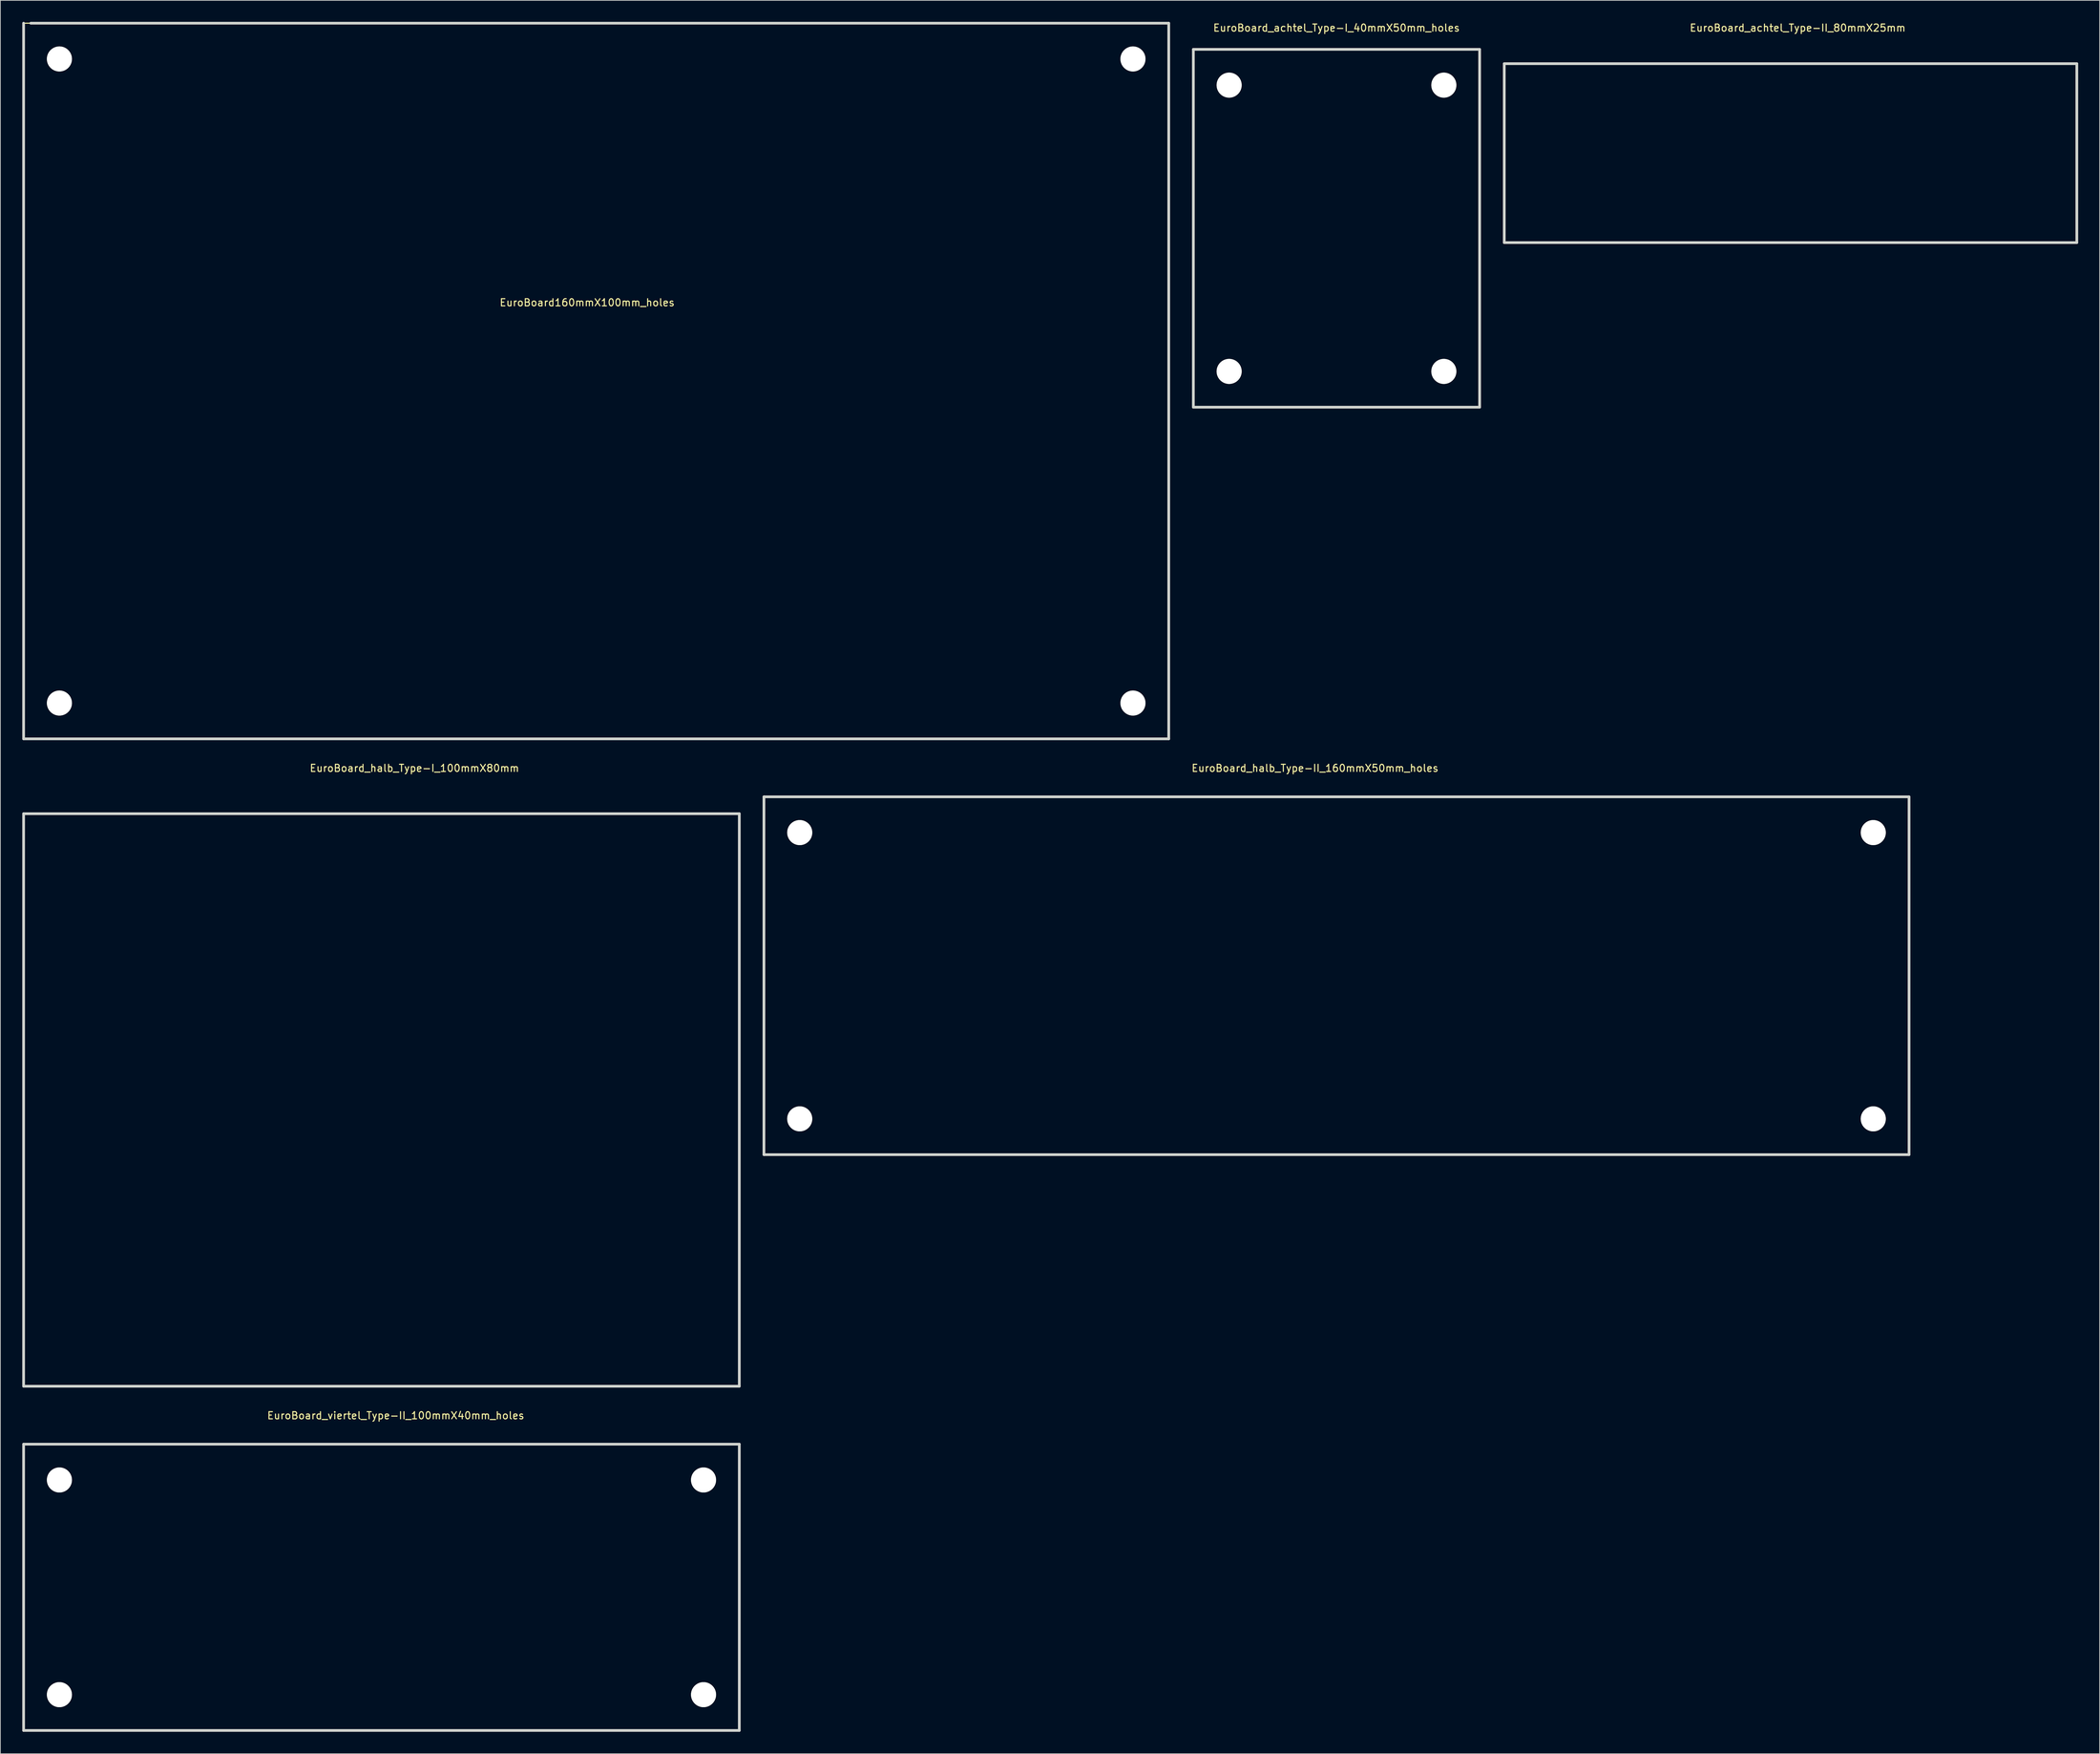
<source format=kicad_pcb>
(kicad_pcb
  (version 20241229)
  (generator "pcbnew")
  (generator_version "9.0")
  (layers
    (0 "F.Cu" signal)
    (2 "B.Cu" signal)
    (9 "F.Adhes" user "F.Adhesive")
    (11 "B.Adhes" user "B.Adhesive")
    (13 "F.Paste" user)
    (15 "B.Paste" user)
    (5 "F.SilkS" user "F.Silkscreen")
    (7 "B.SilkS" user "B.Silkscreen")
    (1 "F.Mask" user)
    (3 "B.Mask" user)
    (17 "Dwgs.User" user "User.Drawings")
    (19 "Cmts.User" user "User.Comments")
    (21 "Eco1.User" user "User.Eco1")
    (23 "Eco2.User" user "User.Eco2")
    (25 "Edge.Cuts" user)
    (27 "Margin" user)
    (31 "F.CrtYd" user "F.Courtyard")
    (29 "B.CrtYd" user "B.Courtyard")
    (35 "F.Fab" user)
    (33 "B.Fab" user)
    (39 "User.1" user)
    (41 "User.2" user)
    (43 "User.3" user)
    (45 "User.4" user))
  (footprint "EuroBoard_viertel_Type-II_100mmX40mm_holes"
    (layer "F.Cu")
    (at 0.25 238.747)
    (property "Reference" "EuroBoard_viertel_Type-II_100mmX40mm_holes" (at 51.999 -44 0) (layer "F.SilkS") (effects (font (size 1 1) (thickness 0.15))))
    (attr through_hole)
    (fp_line (start 0 -40) (end 0 0) (stroke (width 0.381) (type solid)) (layer "Edge.Cuts"))
    (fp_line (start 0 0) (end 100 0) (stroke (width 0.381) (type solid)) (layer "Edge.Cuts"))
    (fp_line (start 100 -40) (end 0 -40) (stroke (width 0.381) (type solid)) (layer "Edge.Cuts"))
    (fp_line (start 100 0) (end 100 -40) (stroke (width 0.381) (type solid)) (layer "Edge.Cuts"))
    (pad "" np_thru_hole circle (at 5.001 -35.001) (size 3.5 3.5) (drill 3.5) (layers "*.Cu" "*.Mask" "F.SilkS"))
    (pad "" np_thru_hole circle (at 5.001 -5.001) (size 3.5 3.5) (drill 3.5) (layers "*.Cu" "*.Mask" "F.SilkS"))
    (pad "" np_thru_hole circle (at 95.001 -35.001) (size 3.5 3.5) (drill 3.5) (layers "*.Cu" "*.Mask" "F.SilkS"))
    (pad "" np_thru_hole circle (at 95.001 -5.001) (size 3.5 3.5) (drill 3.5) (layers "*.Cu" "*.Mask" "F.SilkS")))
  (footprint "EuroBoard_halb_Type-I_100mmX80mm"
    (layer "F.Cu")
    (at 0.25 190.649)
    (property "Reference" "EuroBoard_halb_Type-I_100mmX80mm" (at 54.61 -86.36 0) (layer "F.SilkS") (effects (font (size 1 1) (thickness 0.15))))
    (attr through_hole)
    (fp_line (start 0 -80) (end 100 -80) (stroke (width 0.381) (type solid)) (layer "Edge.Cuts"))
    (fp_line (start 0 0) (end 0 -80) (stroke (width 0.381) (type solid)) (layer "Edge.Cuts"))
    (fp_line (start 100 -80) (end 100 0) (stroke (width 0.381) (type solid)) (layer "Edge.Cuts"))
    (fp_line (start 100 0) (end 0 0) (stroke (width 0.381) (type solid)) (layer "Edge.Cuts")))
  (footprint "EuroBoard_achtel_Type-II_80mmX25mm"
    (layer "F.Cu")
    (at 207.131 30.848)
    (property "Reference" "EuroBoard_achtel_Type-II_80mmX25mm" (at 41.001 -30 0) (layer "F.SilkS") (effects (font (size 1 1) (thickness 0.15))))
    (attr through_hole)
    (fp_line (start 0 -25.001) (end 0 0) (stroke (width 0.381) (type solid)) (layer "Edge.Cuts"))
    (fp_line (start 0 0) (end 80 0) (stroke (width 0.381) (type solid)) (layer "Edge.Cuts"))
    (fp_line (start 80 -25.001) (end 0 -25.001) (stroke (width 0.381) (type solid)) (layer "Edge.Cuts"))
    (fp_line (start 80 0) (end 80 -25.001) (stroke (width 0.381) (type solid)) (layer "Edge.Cuts")))
  (footprint "EuroBoard_achtel_Type-I_40mmX50mm_holes"
    (layer "F.Cu")
    (at 163.69 53.848)
    (property "Reference" "EuroBoard_achtel_Type-I_40mmX50mm_holes" (at 20 -53 0) (layer "F.SilkS") (effects (font (size 1 1) (thickness 0.15))))
    (attr through_hole)
    (fp_line (start 0 -50) (end 0 0) (stroke (width 0.381) (type solid)) (layer "Edge.Cuts"))
    (fp_line (start 0 0) (end 40 0) (stroke (width 0.381) (type solid)) (layer "Edge.Cuts"))
    (fp_line (start 40 -50) (end 0 -50) (stroke (width 0.381) (type solid)) (layer "Edge.Cuts"))
    (fp_line (start 40 0) (end 40 -50) (stroke (width 0.381) (type solid)) (layer "Edge.Cuts"))
    (pad "" np_thru_hole circle (at 5.001 -45.001) (size 3.5 3.5) (drill 3.5) (layers "*.Cu" "*.Mask" "F.SilkS"))
    (pad "" np_thru_hole circle (at 5.001 -5.001) (size 3.5 3.5) (drill 3.5) (layers "*.Cu" "*.Mask" "F.SilkS"))
    (pad "" np_thru_hole circle (at 35.001 -45.001) (size 3.5 3.5) (drill 3.5) (layers "*.Cu" "*.Mask" "F.SilkS"))
    (pad "" np_thru_hole circle (at 35.001 -5.001) (size 3.5 3.5) (drill 3.5) (layers "*.Cu" "*.Mask" "F.SilkS")))
  (footprint "EuroBoard_halb_Type-II_160mmX50mm_holes"
    (layer "F.Cu")
    (at 103.69 158.289)
    (property "Reference" "EuroBoard_halb_Type-II_160mmX50mm_holes" (at 77 -54 0) (layer "F.SilkS") (effects (font (size 1 1) (thickness 0.15))))
    (attr through_hole)
    (fp_line (start 0 -50) (end 0 0) (stroke (width 0.381) (type solid)) (layer "Edge.Cuts"))
    (fp_line (start 0 0) (end 160 0) (stroke (width 0.381) (type solid)) (layer "Edge.Cuts"))
    (fp_line (start 160 -50) (end 0 -50) (stroke (width 0.381) (type solid)) (layer "Edge.Cuts"))
    (fp_line (start 160 0) (end 160 -50) (stroke (width 0.381) (type solid)) (layer "Edge.Cuts"))
    (pad "" np_thru_hole circle (at 5.001 -45.001) (size 3.5 3.5) (drill 3.5) (layers "*.Cu" "*.Mask" "F.SilkS"))
    (pad "" np_thru_hole circle (at 5.001 -5.001) (size 3.5 3.5) (drill 3.5) (layers "*.Cu" "*.Mask" "F.SilkS"))
    (pad "" np_thru_hole circle (at 155.001 -45.001) (size 3.5 3.5) (drill 3.5) (layers "*.Cu" "*.Mask" "F.SilkS"))
    (pad "" np_thru_hole circle (at 155.001 -5.001) (size 3.5 3.5) (drill 3.5) (layers "*.Cu" "*.Mask" "F.SilkS")))
  (footprint "EuroBoard160mmX100mm_holes"
    (layer "F.Cu")
    (at 0.25 100.19)
    (property "Reference" "EuroBoard160mmX100mm_holes" (at 78.74 -60.96 0) (layer "F.SilkS") (effects (font (size 1 1) (thickness 0.15))))
    (attr through_hole)
    (fp_line (start 1.001 -100) (end 0 -100) (stroke (width 0.15) (type solid)) (layer "F.SilkS"))
    (fp_line (start 0 -100) (end 0 0) (stroke (width 0.381) (type solid)) (layer "Edge.Cuts"))
    (fp_line (start 0 0) (end 160 0) (stroke (width 0.381) (type solid)) (layer "Edge.Cuts"))
    (fp_line (start 160 -100) (end 1.001 -100) (stroke (width 0.381) (type solid)) (layer "Edge.Cuts"))
    (fp_line (start 160 0) (end 160 -100) (stroke (width 0.381) (type solid)) (layer "Edge.Cuts"))
    (pad "" np_thru_hole circle (at 5.001 -95.001) (size 3.5 3.5) (drill 3.5) (layers "*.Cu" "*.Mask" "F.SilkS"))
    (pad "" np_thru_hole circle (at 5.001 -5.001) (size 3.5 3.5) (drill 3.5) (layers "*.Cu" "*.Mask" "F.SilkS"))
    (pad "" np_thru_hole circle (at 155.001 -95.001) (size 3.5 3.5) (drill 3.5) (layers "*.Cu" "*.Mask" "F.SilkS"))
    (pad "" np_thru_hole circle (at 155.001 -5.001) (size 3.5 3.5) (drill 3.5) (layers "*.Cu" "*.Mask" "F.SilkS")))
  (gr_rect
    (start -3 -3)
    (end 290.321 241.997)
    (stroke (width 0.1) (type default))
    (fill no)
    (layer "Edge.Cuts")))
</source>
